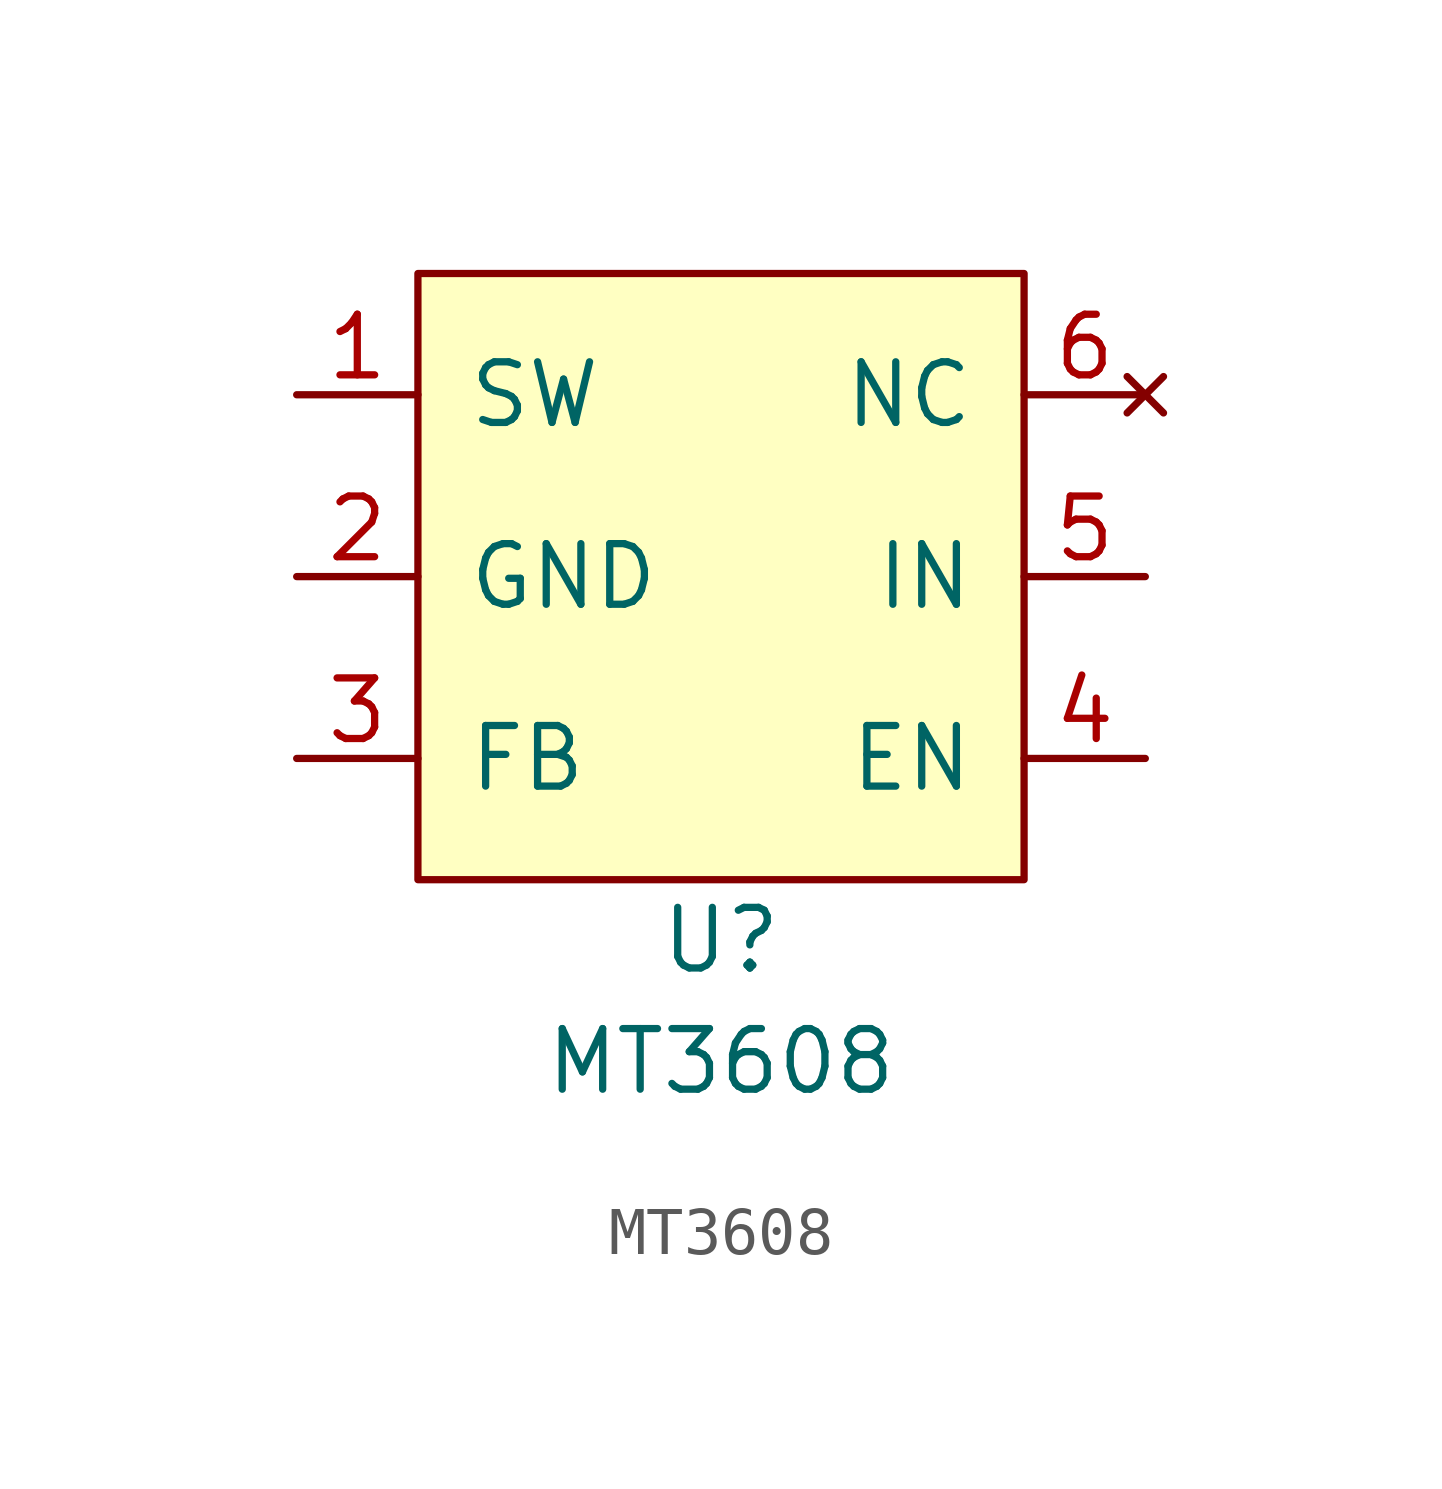
<source format=kicad_sym>
(kicad_symbol_lib
  (version 20211014)
  (generator kicad_symbol_editor)
  (symbol "MT3608"
    (pin_names
      (offset 1.016))
    (property "Reference" "U"
      (at 0 -1.27 0)
      (effects (font (size 1.27 1.27))))
    (property "Value" "MT3608"
      (at 0 -3.81 0)
      (effects (font (size 1.27 1.27))))
    (symbol "MT3608_0_1"
      (rectangle (start -6.35 12.7) (end 6.35 0) (stroke (width 0) (type default) (color 0 0 0 0)) (fill (type background))))
    (symbol "MT3608_1_1"
      (pin output line (at -8.89 10.16 0) (length 2.54) (name "SW" (effects (font (size 1.27 1.27)))) (number "1" (effects (font (size 1.27 1.27)))))
      (pin output line (at -8.89 6.35 0) (length 2.54) (name "GND" (effects (font (size 1.27 1.27)))) (number "2" (effects (font (size 1.27 1.27)))))
      (pin output line (at -8.89 2.54 0) (length 2.54) (name "FB" (effects (font (size 1.27 1.27)))) (number "3" (effects (font (size 1.27 1.27)))))
      (pin input line (at 8.89 2.54 180) (length 2.54) (name "EN" (effects (font (size 1.27 1.27)))) (number "4" (effects (font (size 1.27 1.27)))))
      (pin input line (at 8.89 6.35 180) (length 2.54) (name "IN" (effects (font (size 1.27 1.27)))) (number "5" (effects (font (size 1.27 1.27)))))
      (pin no_connect line (at 8.89 10.16 180) (length 2.54) (name "NC" (effects (font (size 1.27 1.27)))) (number "6" (effects (font (size 1.27 1.27))))))))
</source>
